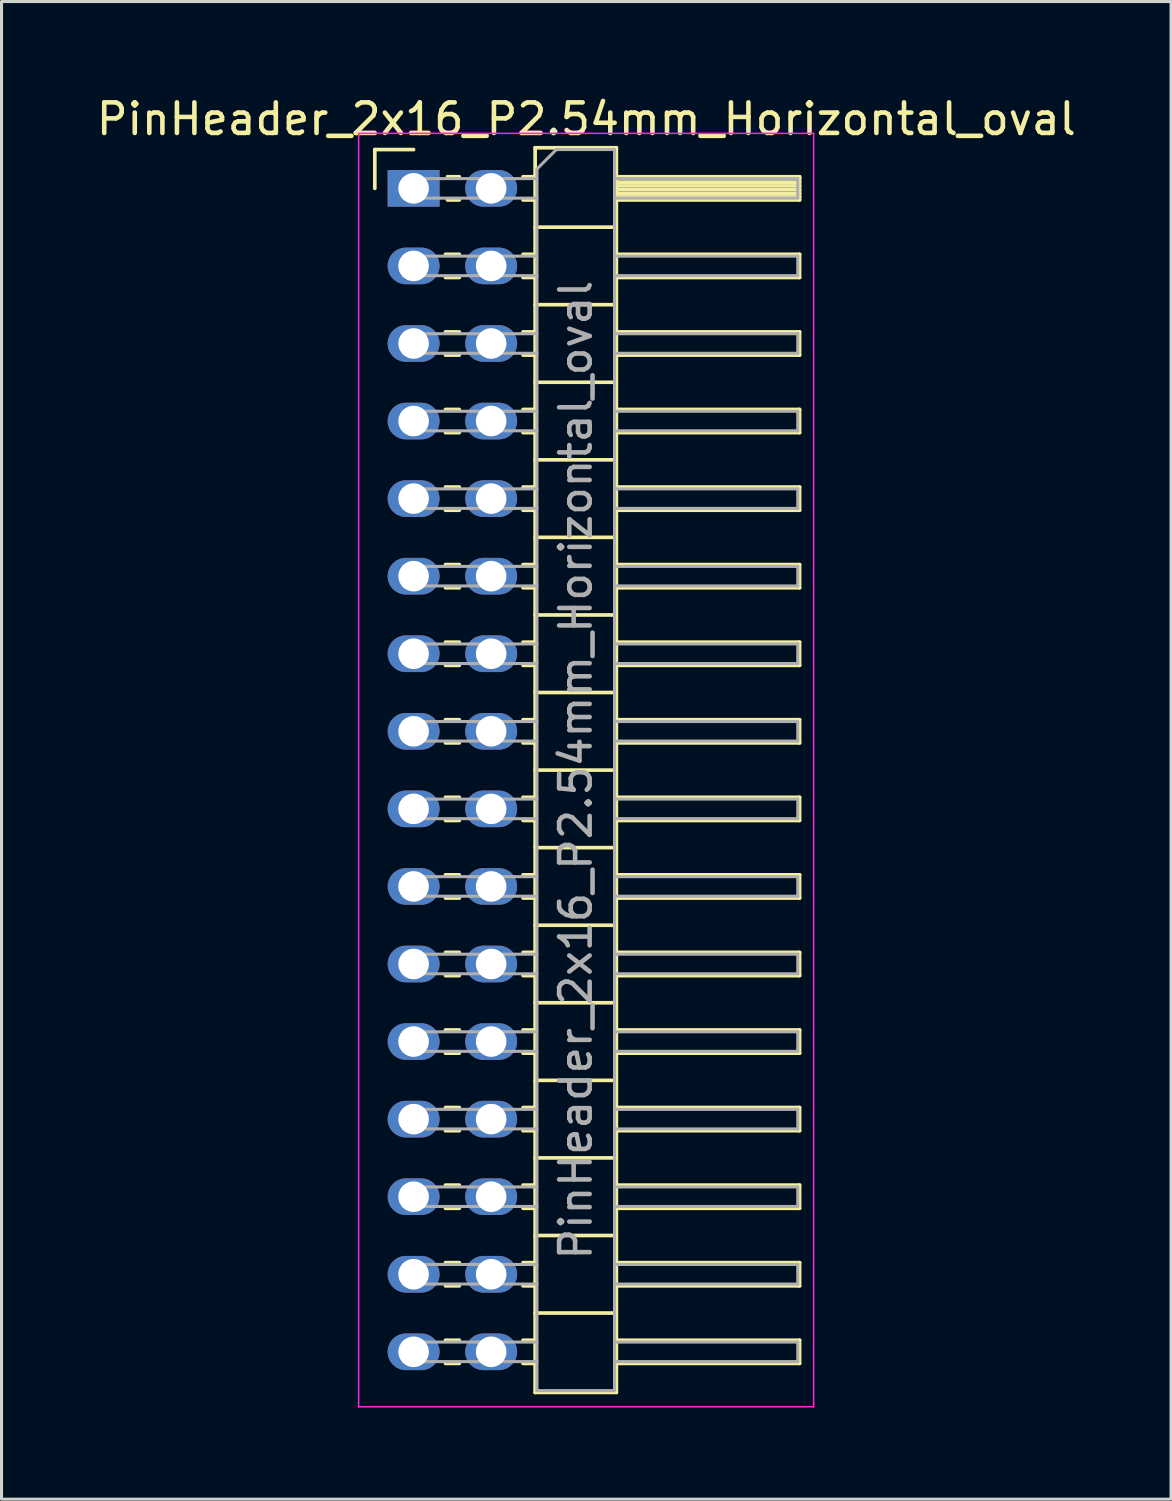
<source format=kicad_pcb>
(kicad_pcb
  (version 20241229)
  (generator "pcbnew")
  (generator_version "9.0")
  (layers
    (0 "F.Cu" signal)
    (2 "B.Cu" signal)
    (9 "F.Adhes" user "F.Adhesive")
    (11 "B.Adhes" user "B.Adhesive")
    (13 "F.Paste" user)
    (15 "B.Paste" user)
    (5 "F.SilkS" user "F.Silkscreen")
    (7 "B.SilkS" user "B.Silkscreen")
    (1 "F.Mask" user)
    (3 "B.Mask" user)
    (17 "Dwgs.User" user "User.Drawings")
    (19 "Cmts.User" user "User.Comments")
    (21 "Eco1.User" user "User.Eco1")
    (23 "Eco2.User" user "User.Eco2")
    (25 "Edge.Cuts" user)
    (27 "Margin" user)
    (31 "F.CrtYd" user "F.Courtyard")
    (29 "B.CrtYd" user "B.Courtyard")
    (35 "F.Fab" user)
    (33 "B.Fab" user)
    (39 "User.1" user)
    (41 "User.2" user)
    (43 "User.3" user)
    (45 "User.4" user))
  (footprint "PinHeader_2x16_P2.54mm_Horizontal_oval"
    (layer "F.Cu")
    (at 10.494 3.118)
    (property "Reference" "PinHeader_2x16_P2.54mm_Horizontal_oval" (at 5.655 -2.27 0) (layer "F.SilkS") (effects (font (size 1 1) (thickness 0.15))))
    (attr through_hole)
    (fp_line (start -1.27 -1.27) (end 0 -1.27) (stroke (width 0.12) (type solid)) (layer "F.SilkS"))
    (fp_line (start -1.27 0) (end -1.27 -1.27) (stroke (width 0.12) (type solid)) (layer "F.SilkS"))
    (fp_line (start 1.043 2.16) (end 1.497 2.16) (stroke (width 0.12) (type solid)) (layer "F.SilkS"))
    (fp_line (start 1.043 2.92) (end 1.497 2.92) (stroke (width 0.12) (type solid)) (layer "F.SilkS"))
    (fp_line (start 1.043 4.7) (end 1.497 4.7) (stroke (width 0.12) (type solid)) (layer "F.SilkS"))
    (fp_line (start 1.043 5.46) (end 1.497 5.46) (stroke (width 0.12) (type solid)) (layer "F.SilkS"))
    (fp_line (start 1.043 7.24) (end 1.497 7.24) (stroke (width 0.12) (type solid)) (layer "F.SilkS"))
    (fp_line (start 1.043 8) (end 1.497 8) (stroke (width 0.12) (type solid)) (layer "F.SilkS"))
    (fp_line (start 1.043 9.78) (end 1.497 9.78) (stroke (width 0.12) (type solid)) (layer "F.SilkS"))
    (fp_line (start 1.043 10.54) (end 1.497 10.54) (stroke (width 0.12) (type solid)) (layer "F.SilkS"))
    (fp_line (start 1.043 12.32) (end 1.497 12.32) (stroke (width 0.12) (type solid)) (layer "F.SilkS"))
    (fp_line (start 1.043 13.08) (end 1.497 13.08) (stroke (width 0.12) (type solid)) (layer "F.SilkS"))
    (fp_line (start 1.043 14.86) (end 1.497 14.86) (stroke (width 0.12) (type solid)) (layer "F.SilkS"))
    (fp_line (start 1.043 15.62) (end 1.497 15.62) (stroke (width 0.12) (type solid)) (layer "F.SilkS"))
    (fp_line (start 1.043 17.4) (end 1.497 17.4) (stroke (width 0.12) (type solid)) (layer "F.SilkS"))
    (fp_line (start 1.043 18.16) (end 1.497 18.16) (stroke (width 0.12) (type solid)) (layer "F.SilkS"))
    (fp_line (start 1.043 19.94) (end 1.497 19.94) (stroke (width 0.12) (type solid)) (layer "F.SilkS"))
    (fp_line (start 1.043 20.7) (end 1.497 20.7) (stroke (width 0.12) (type solid)) (layer "F.SilkS"))
    (fp_line (start 1.043 22.48) (end 1.497 22.48) (stroke (width 0.12) (type solid)) (layer "F.SilkS"))
    (fp_line (start 1.043 23.24) (end 1.497 23.24) (stroke (width 0.12) (type solid)) (layer "F.SilkS"))
    (fp_line (start 1.043 25.02) (end 1.497 25.02) (stroke (width 0.12) (type solid)) (layer "F.SilkS"))
    (fp_line (start 1.043 25.78) (end 1.497 25.78) (stroke (width 0.12) (type solid)) (layer "F.SilkS"))
    (fp_line (start 1.043 27.56) (end 1.497 27.56) (stroke (width 0.12) (type solid)) (layer "F.SilkS"))
    (fp_line (start 1.043 28.32) (end 1.497 28.32) (stroke (width 0.12) (type solid)) (layer "F.SilkS"))
    (fp_line (start 1.043 30.1) (end 1.497 30.1) (stroke (width 0.12) (type solid)) (layer "F.SilkS"))
    (fp_line (start 1.043 30.86) (end 1.497 30.86) (stroke (width 0.12) (type solid)) (layer "F.SilkS"))
    (fp_line (start 1.043 32.64) (end 1.497 32.64) (stroke (width 0.12) (type solid)) (layer "F.SilkS"))
    (fp_line (start 1.043 33.4) (end 1.497 33.4) (stroke (width 0.12) (type solid)) (layer "F.SilkS"))
    (fp_line (start 1.043 35.18) (end 1.497 35.18) (stroke (width 0.12) (type solid)) (layer "F.SilkS"))
    (fp_line (start 1.043 35.94) (end 1.497 35.94) (stroke (width 0.12) (type solid)) (layer "F.SilkS"))
    (fp_line (start 1.043 37.72) (end 1.497 37.72) (stroke (width 0.12) (type solid)) (layer "F.SilkS"))
    (fp_line (start 1.043 38.48) (end 1.497 38.48) (stroke (width 0.12) (type solid)) (layer "F.SilkS"))
    (fp_line (start 1.11 -0.38) (end 1.497 -0.38) (stroke (width 0.12) (type solid)) (layer "F.SilkS"))
    (fp_line (start 1.11 0.38) (end 1.497 0.38) (stroke (width 0.12) (type solid)) (layer "F.SilkS"))
    (fp_line (start 3.583 -0.38) (end 3.98 -0.38) (stroke (width 0.12) (type solid)) (layer "F.SilkS"))
    (fp_line (start 3.583 0.38) (end 3.98 0.38) (stroke (width 0.12) (type solid)) (layer "F.SilkS"))
    (fp_line (start 3.583 2.16) (end 3.98 2.16) (stroke (width 0.12) (type solid)) (layer "F.SilkS"))
    (fp_line (start 3.583 2.92) (end 3.98 2.92) (stroke (width 0.12) (type solid)) (layer "F.SilkS"))
    (fp_line (start 3.583 4.7) (end 3.98 4.7) (stroke (width 0.12) (type solid)) (layer "F.SilkS"))
    (fp_line (start 3.583 5.46) (end 3.98 5.46) (stroke (width 0.12) (type solid)) (layer "F.SilkS"))
    (fp_line (start 3.583 7.24) (end 3.98 7.24) (stroke (width 0.12) (type solid)) (layer "F.SilkS"))
    (fp_line (start 3.583 8) (end 3.98 8) (stroke (width 0.12) (type solid)) (layer "F.SilkS"))
    (fp_line (start 3.583 9.78) (end 3.98 9.78) (stroke (width 0.12) (type solid)) (layer "F.SilkS"))
    (fp_line (start 3.583 10.54) (end 3.98 10.54) (stroke (width 0.12) (type solid)) (layer "F.SilkS"))
    (fp_line (start 3.583 12.32) (end 3.98 12.32) (stroke (width 0.12) (type solid)) (layer "F.SilkS"))
    (fp_line (start 3.583 13.08) (end 3.98 13.08) (stroke (width 0.12) (type solid)) (layer "F.SilkS"))
    (fp_line (start 3.583 14.86) (end 3.98 14.86) (stroke (width 0.12) (type solid)) (layer "F.SilkS"))
    (fp_line (start 3.583 15.62) (end 3.98 15.62) (stroke (width 0.12) (type solid)) (layer "F.SilkS"))
    (fp_line (start 3.583 17.4) (end 3.98 17.4) (stroke (width 0.12) (type solid)) (layer "F.SilkS"))
    (fp_line (start 3.583 18.16) (end 3.98 18.16) (stroke (width 0.12) (type solid)) (layer "F.SilkS"))
    (fp_line (start 3.583 19.94) (end 3.98 19.94) (stroke (width 0.12) (type solid)) (layer "F.SilkS"))
    (fp_line (start 3.583 20.7) (end 3.98 20.7) (stroke (width 0.12) (type solid)) (layer "F.SilkS"))
    (fp_line (start 3.583 22.48) (end 3.98 22.48) (stroke (width 0.12) (type solid)) (layer "F.SilkS"))
    (fp_line (start 3.583 23.24) (end 3.98 23.24) (stroke (width 0.12) (type solid)) (layer "F.SilkS"))
    (fp_line (start 3.583 25.02) (end 3.98 25.02) (stroke (width 0.12) (type solid)) (layer "F.SilkS"))
    (fp_line (start 3.583 25.78) (end 3.98 25.78) (stroke (width 0.12) (type solid)) (layer "F.SilkS"))
    (fp_line (start 3.583 27.56) (end 3.98 27.56) (stroke (width 0.12) (type solid)) (layer "F.SilkS"))
    (fp_line (start 3.583 28.32) (end 3.98 28.32) (stroke (width 0.12) (type solid)) (layer "F.SilkS"))
    (fp_line (start 3.583 30.1) (end 3.98 30.1) (stroke (width 0.12) (type solid)) (layer "F.SilkS"))
    (fp_line (start 3.583 30.86) (end 3.98 30.86) (stroke (width 0.12) (type solid)) (layer "F.SilkS"))
    (fp_line (start 3.583 32.64) (end 3.98 32.64) (stroke (width 0.12) (type solid)) (layer "F.SilkS"))
    (fp_line (start 3.583 33.4) (end 3.98 33.4) (stroke (width 0.12) (type solid)) (layer "F.SilkS"))
    (fp_line (start 3.583 35.18) (end 3.98 35.18) (stroke (width 0.12) (type solid)) (layer "F.SilkS"))
    (fp_line (start 3.583 35.94) (end 3.98 35.94) (stroke (width 0.12) (type solid)) (layer "F.SilkS"))
    (fp_line (start 3.583 37.72) (end 3.98 37.72) (stroke (width 0.12) (type solid)) (layer "F.SilkS"))
    (fp_line (start 3.583 38.48) (end 3.98 38.48) (stroke (width 0.12) (type solid)) (layer "F.SilkS"))
    (fp_line (start 3.98 -1.33) (end 3.98 39.43) (stroke (width 0.12) (type solid)) (layer "F.SilkS"))
    (fp_line (start 3.98 1.27) (end 6.64 1.27) (stroke (width 0.12) (type solid)) (layer "F.SilkS"))
    (fp_line (start 3.98 3.81) (end 6.64 3.81) (stroke (width 0.12) (type solid)) (layer "F.SilkS"))
    (fp_line (start 3.98 6.35) (end 6.64 6.35) (stroke (width 0.12) (type solid)) (layer "F.SilkS"))
    (fp_line (start 3.98 8.89) (end 6.64 8.89) (stroke (width 0.12) (type solid)) (layer "F.SilkS"))
    (fp_line (start 3.98 11.43) (end 6.64 11.43) (stroke (width 0.12) (type solid)) (layer "F.SilkS"))
    (fp_line (start 3.98 13.97) (end 6.64 13.97) (stroke (width 0.12) (type solid)) (layer "F.SilkS"))
    (fp_line (start 3.98 16.51) (end 6.64 16.51) (stroke (width 0.12) (type solid)) (layer "F.SilkS"))
    (fp_line (start 3.98 19.05) (end 6.64 19.05) (stroke (width 0.12) (type solid)) (layer "F.SilkS"))
    (fp_line (start 3.98 21.59) (end 6.64 21.59) (stroke (width 0.12) (type solid)) (layer "F.SilkS"))
    (fp_line (start 3.98 24.13) (end 6.64 24.13) (stroke (width 0.12) (type solid)) (layer "F.SilkS"))
    (fp_line (start 3.98 26.67) (end 6.64 26.67) (stroke (width 0.12) (type solid)) (layer "F.SilkS"))
    (fp_line (start 3.98 29.21) (end 6.64 29.21) (stroke (width 0.12) (type solid)) (layer "F.SilkS"))
    (fp_line (start 3.98 31.75) (end 6.64 31.75) (stroke (width 0.12) (type solid)) (layer "F.SilkS"))
    (fp_line (start 3.98 34.29) (end 6.64 34.29) (stroke (width 0.12) (type solid)) (layer "F.SilkS"))
    (fp_line (start 3.98 36.83) (end 6.64 36.83) (stroke (width 0.12) (type solid)) (layer "F.SilkS"))
    (fp_line (start 3.98 39.43) (end 6.64 39.43) (stroke (width 0.12) (type solid)) (layer "F.SilkS"))
    (fp_line (start 6.64 -1.33) (end 3.98 -1.33) (stroke (width 0.12) (type solid)) (layer "F.SilkS"))
    (fp_line (start 6.64 -0.38) (end 12.64 -0.38) (stroke (width 0.12) (type solid)) (layer "F.SilkS"))
    (fp_line (start 6.64 -0.32) (end 12.64 -0.32) (stroke (width 0.12) (type solid)) (layer "F.SilkS"))
    (fp_line (start 6.64 -0.2) (end 12.64 -0.2) (stroke (width 0.12) (type solid)) (layer "F.SilkS"))
    (fp_line (start 6.64 -0.08) (end 12.64 -0.08) (stroke (width 0.12) (type solid)) (layer "F.SilkS"))
    (fp_line (start 6.64 0.04) (end 12.64 0.04) (stroke (width 0.12) (type solid)) (layer "F.SilkS"))
    (fp_line (start 6.64 0.16) (end 12.64 0.16) (stroke (width 0.12) (type solid)) (layer "F.SilkS"))
    (fp_line (start 6.64 0.28) (end 12.64 0.28) (stroke (width 0.12) (type solid)) (layer "F.SilkS"))
    (fp_line (start 6.64 2.16) (end 12.64 2.16) (stroke (width 0.12) (type solid)) (layer "F.SilkS"))
    (fp_line (start 6.64 4.7) (end 12.64 4.7) (stroke (width 0.12) (type solid)) (layer "F.SilkS"))
    (fp_line (start 6.64 7.24) (end 12.64 7.24) (stroke (width 0.12) (type solid)) (layer "F.SilkS"))
    (fp_line (start 6.64 9.78) (end 12.64 9.78) (stroke (width 0.12) (type solid)) (layer "F.SilkS"))
    (fp_line (start 6.64 12.32) (end 12.64 12.32) (stroke (width 0.12) (type solid)) (layer "F.SilkS"))
    (fp_line (start 6.64 14.86) (end 12.64 14.86) (stroke (width 0.12) (type solid)) (layer "F.SilkS"))
    (fp_line (start 6.64 17.4) (end 12.64 17.4) (stroke (width 0.12) (type solid)) (layer "F.SilkS"))
    (fp_line (start 6.64 19.94) (end 12.64 19.94) (stroke (width 0.12) (type solid)) (layer "F.SilkS"))
    (fp_line (start 6.64 22.48) (end 12.64 22.48) (stroke (width 0.12) (type solid)) (layer "F.SilkS"))
    (fp_line (start 6.64 25.02) (end 12.64 25.02) (stroke (width 0.12) (type solid)) (layer "F.SilkS"))
    (fp_line (start 6.64 27.56) (end 12.64 27.56) (stroke (width 0.12) (type solid)) (layer "F.SilkS"))
    (fp_line (start 6.64 30.1) (end 12.64 30.1) (stroke (width 0.12) (type solid)) (layer "F.SilkS"))
    (fp_line (start 6.64 32.64) (end 12.64 32.64) (stroke (width 0.12) (type solid)) (layer "F.SilkS"))
    (fp_line (start 6.64 35.18) (end 12.64 35.18) (stroke (width 0.12) (type solid)) (layer "F.SilkS"))
    (fp_line (start 6.64 37.72) (end 12.64 37.72) (stroke (width 0.12) (type solid)) (layer "F.SilkS"))
    (fp_line (start 6.64 39.43) (end 6.64 -1.33) (stroke (width 0.12) (type solid)) (layer "F.SilkS"))
    (fp_line (start 12.64 -0.38) (end 12.64 0.38) (stroke (width 0.12) (type solid)) (layer "F.SilkS"))
    (fp_line (start 12.64 0.38) (end 6.64 0.38) (stroke (width 0.12) (type solid)) (layer "F.SilkS"))
    (fp_line (start 12.64 2.16) (end 12.64 2.92) (stroke (width 0.12) (type solid)) (layer "F.SilkS"))
    (fp_line (start 12.64 2.92) (end 6.64 2.92) (stroke (width 0.12) (type solid)) (layer "F.SilkS"))
    (fp_line (start 12.64 4.7) (end 12.64 5.46) (stroke (width 0.12) (type solid)) (layer "F.SilkS"))
    (fp_line (start 12.64 5.46) (end 6.64 5.46) (stroke (width 0.12) (type solid)) (layer "F.SilkS"))
    (fp_line (start 12.64 7.24) (end 12.64 8) (stroke (width 0.12) (type solid)) (layer "F.SilkS"))
    (fp_line (start 12.64 8) (end 6.64 8) (stroke (width 0.12) (type solid)) (layer "F.SilkS"))
    (fp_line (start 12.64 9.78) (end 12.64 10.54) (stroke (width 0.12) (type solid)) (layer "F.SilkS"))
    (fp_line (start 12.64 10.54) (end 6.64 10.54) (stroke (width 0.12) (type solid)) (layer "F.SilkS"))
    (fp_line (start 12.64 12.32) (end 12.64 13.08) (stroke (width 0.12) (type solid)) (layer "F.SilkS"))
    (fp_line (start 12.64 13.08) (end 6.64 13.08) (stroke (width 0.12) (type solid)) (layer "F.SilkS"))
    (fp_line (start 12.64 14.86) (end 12.64 15.62) (stroke (width 0.12) (type solid)) (layer "F.SilkS"))
    (fp_line (start 12.64 15.62) (end 6.64 15.62) (stroke (width 0.12) (type solid)) (layer "F.SilkS"))
    (fp_line (start 12.64 17.4) (end 12.64 18.16) (stroke (width 0.12) (type solid)) (layer "F.SilkS"))
    (fp_line (start 12.64 18.16) (end 6.64 18.16) (stroke (width 0.12) (type solid)) (layer "F.SilkS"))
    (fp_line (start 12.64 19.94) (end 12.64 20.7) (stroke (width 0.12) (type solid)) (layer "F.SilkS"))
    (fp_line (start 12.64 20.7) (end 6.64 20.7) (stroke (width 0.12) (type solid)) (layer "F.SilkS"))
    (fp_line (start 12.64 22.48) (end 12.64 23.24) (stroke (width 0.12) (type solid)) (layer "F.SilkS"))
    (fp_line (start 12.64 23.24) (end 6.64 23.24) (stroke (width 0.12) (type solid)) (layer "F.SilkS"))
    (fp_line (start 12.64 25.02) (end 12.64 25.78) (stroke (width 0.12) (type solid)) (layer "F.SilkS"))
    (fp_line (start 12.64 25.78) (end 6.64 25.78) (stroke (width 0.12) (type solid)) (layer "F.SilkS"))
    (fp_line (start 12.64 27.56) (end 12.64 28.32) (stroke (width 0.12) (type solid)) (layer "F.SilkS"))
    (fp_line (start 12.64 28.32) (end 6.64 28.32) (stroke (width 0.12) (type solid)) (layer "F.SilkS"))
    (fp_line (start 12.64 30.1) (end 12.64 30.86) (stroke (width 0.12) (type solid)) (layer "F.SilkS"))
    (fp_line (start 12.64 30.86) (end 6.64 30.86) (stroke (width 0.12) (type solid)) (layer "F.SilkS"))
    (fp_line (start 12.64 32.64) (end 12.64 33.4) (stroke (width 0.12) (type solid)) (layer "F.SilkS"))
    (fp_line (start 12.64 33.4) (end 6.64 33.4) (stroke (width 0.12) (type solid)) (layer "F.SilkS"))
    (fp_line (start 12.64 35.18) (end 12.64 35.94) (stroke (width 0.12) (type solid)) (layer "F.SilkS"))
    (fp_line (start 12.64 35.94) (end 6.64 35.94) (stroke (width 0.12) (type solid)) (layer "F.SilkS"))
    (fp_line (start 12.64 37.72) (end 12.64 38.48) (stroke (width 0.12) (type solid)) (layer "F.SilkS"))
    (fp_line (start 12.64 38.48) (end 6.64 38.48) (stroke (width 0.12) (type solid)) (layer "F.SilkS"))
    (fp_line (start -1.8 -1.8) (end -1.8 39.9) (stroke (width 0.05) (type solid)) (layer "F.CrtYd"))
    (fp_line (start -1.8 39.9) (end 13.1 39.9) (stroke (width 0.05) (type solid)) (layer "F.CrtYd"))
    (fp_line (start 13.1 -1.8) (end -1.8 -1.8) (stroke (width 0.05) (type solid)) (layer "F.CrtYd"))
    (fp_line (start 13.1 39.9) (end 13.1 -1.8) (stroke (width 0.05) (type solid)) (layer "F.CrtYd"))
    (fp_line (start -0.32 -0.32) (end -0.32 0.32) (stroke (width 0.1) (type solid)) (layer "F.Fab"))
    (fp_line (start -0.32 -0.32) (end 4.04 -0.32) (stroke (width 0.1) (type solid)) (layer "F.Fab"))
    (fp_line (start -0.32 0.32) (end 4.04 0.32) (stroke (width 0.1) (type solid)) (layer "F.Fab"))
    (fp_line (start -0.32 2.22) (end -0.32 2.86) (stroke (width 0.1) (type solid)) (layer "F.Fab"))
    (fp_line (start -0.32 2.22) (end 4.04 2.22) (stroke (width 0.1) (type solid)) (layer "F.Fab"))
    (fp_line (start -0.32 2.86) (end 4.04 2.86) (stroke (width 0.1) (type solid)) (layer "F.Fab"))
    (fp_line (start -0.32 4.76) (end -0.32 5.4) (stroke (width 0.1) (type solid)) (layer "F.Fab"))
    (fp_line (start -0.32 4.76) (end 4.04 4.76) (stroke (width 0.1) (type solid)) (layer "F.Fab"))
    (fp_line (start -0.32 5.4) (end 4.04 5.4) (stroke (width 0.1) (type solid)) (layer "F.Fab"))
    (fp_line (start -0.32 7.3) (end -0.32 7.94) (stroke (width 0.1) (type solid)) (layer "F.Fab"))
    (fp_line (start -0.32 7.3) (end 4.04 7.3) (stroke (width 0.1) (type solid)) (layer "F.Fab"))
    (fp_line (start -0.32 7.94) (end 4.04 7.94) (stroke (width 0.1) (type solid)) (layer "F.Fab"))
    (fp_line (start -0.32 9.84) (end -0.32 10.48) (stroke (width 0.1) (type solid)) (layer "F.Fab"))
    (fp_line (start -0.32 9.84) (end 4.04 9.84) (stroke (width 0.1) (type solid)) (layer "F.Fab"))
    (fp_line (start -0.32 10.48) (end 4.04 10.48) (stroke (width 0.1) (type solid)) (layer "F.Fab"))
    (fp_line (start -0.32 12.38) (end -0.32 13.02) (stroke (width 0.1) (type solid)) (layer "F.Fab"))
    (fp_line (start -0.32 12.38) (end 4.04 12.38) (stroke (width 0.1) (type solid)) (layer "F.Fab"))
    (fp_line (start -0.32 13.02) (end 4.04 13.02) (stroke (width 0.1) (type solid)) (layer "F.Fab"))
    (fp_line (start -0.32 14.92) (end -0.32 15.56) (stroke (width 0.1) (type solid)) (layer "F.Fab"))
    (fp_line (start -0.32 14.92) (end 4.04 14.92) (stroke (width 0.1) (type solid)) (layer "F.Fab"))
    (fp_line (start -0.32 15.56) (end 4.04 15.56) (stroke (width 0.1) (type solid)) (layer "F.Fab"))
    (fp_line (start -0.32 17.46) (end -0.32 18.1) (stroke (width 0.1) (type solid)) (layer "F.Fab"))
    (fp_line (start -0.32 17.46) (end 4.04 17.46) (stroke (width 0.1) (type solid)) (layer "F.Fab"))
    (fp_line (start -0.32 18.1) (end 4.04 18.1) (stroke (width 0.1) (type solid)) (layer "F.Fab"))
    (fp_line (start -0.32 20) (end -0.32 20.64) (stroke (width 0.1) (type solid)) (layer "F.Fab"))
    (fp_line (start -0.32 20) (end 4.04 20) (stroke (width 0.1) (type solid)) (layer "F.Fab"))
    (fp_line (start -0.32 20.64) (end 4.04 20.64) (stroke (width 0.1) (type solid)) (layer "F.Fab"))
    (fp_line (start -0.32 22.54) (end -0.32 23.18) (stroke (width 0.1) (type solid)) (layer "F.Fab"))
    (fp_line (start -0.32 22.54) (end 4.04 22.54) (stroke (width 0.1) (type solid)) (layer "F.Fab"))
    (fp_line (start -0.32 23.18) (end 4.04 23.18) (stroke (width 0.1) (type solid)) (layer "F.Fab"))
    (fp_line (start -0.32 25.08) (end -0.32 25.72) (stroke (width 0.1) (type solid)) (layer "F.Fab"))
    (fp_line (start -0.32 25.08) (end 4.04 25.08) (stroke (width 0.1) (type solid)) (layer "F.Fab"))
    (fp_line (start -0.32 25.72) (end 4.04 25.72) (stroke (width 0.1) (type solid)) (layer "F.Fab"))
    (fp_line (start -0.32 27.62) (end -0.32 28.26) (stroke (width 0.1) (type solid)) (layer "F.Fab"))
    (fp_line (start -0.32 27.62) (end 4.04 27.62) (stroke (width 0.1) (type solid)) (layer "F.Fab"))
    (fp_line (start -0.32 28.26) (end 4.04 28.26) (stroke (width 0.1) (type solid)) (layer "F.Fab"))
    (fp_line (start -0.32 30.16) (end -0.32 30.8) (stroke (width 0.1) (type solid)) (layer "F.Fab"))
    (fp_line (start -0.32 30.16) (end 4.04 30.16) (stroke (width 0.1) (type solid)) (layer "F.Fab"))
    (fp_line (start -0.32 30.8) (end 4.04 30.8) (stroke (width 0.1) (type solid)) (layer "F.Fab"))
    (fp_line (start -0.32 32.7) (end -0.32 33.34) (stroke (width 0.1) (type solid)) (layer "F.Fab"))
    (fp_line (start -0.32 32.7) (end 4.04 32.7) (stroke (width 0.1) (type solid)) (layer "F.Fab"))
    (fp_line (start -0.32 33.34) (end 4.04 33.34) (stroke (width 0.1) (type solid)) (layer "F.Fab"))
    (fp_line (start -0.32 35.24) (end -0.32 35.88) (stroke (width 0.1) (type solid)) (layer "F.Fab"))
    (fp_line (start -0.32 35.24) (end 4.04 35.24) (stroke (width 0.1) (type solid)) (layer "F.Fab"))
    (fp_line (start -0.32 35.88) (end 4.04 35.88) (stroke (width 0.1) (type solid)) (layer "F.Fab"))
    (fp_line (start -0.32 37.78) (end -0.32 38.42) (stroke (width 0.1) (type solid)) (layer "F.Fab"))
    (fp_line (start -0.32 37.78) (end 4.04 37.78) (stroke (width 0.1) (type solid)) (layer "F.Fab"))
    (fp_line (start -0.32 38.42) (end 4.04 38.42) (stroke (width 0.1) (type solid)) (layer "F.Fab"))
    (fp_line (start 4.04 -0.635) (end 4.675 -1.27) (stroke (width 0.1) (type solid)) (layer "F.Fab"))
    (fp_line (start 4.04 39.37) (end 4.04 -0.635) (stroke (width 0.1) (type solid)) (layer "F.Fab"))
    (fp_line (start 4.675 -1.27) (end 6.58 -1.27) (stroke (width 0.1) (type solid)) (layer "F.Fab"))
    (fp_line (start 6.58 -1.27) (end 6.58 39.37) (stroke (width 0.1) (type solid)) (layer "F.Fab"))
    (fp_line (start 6.58 -0.32) (end 12.58 -0.32) (stroke (width 0.1) (type solid)) (layer "F.Fab"))
    (fp_line (start 6.58 0.32) (end 12.58 0.32) (stroke (width 0.1) (type solid)) (layer "F.Fab"))
    (fp_line (start 6.58 2.22) (end 12.58 2.22) (stroke (width 0.1) (type solid)) (layer "F.Fab"))
    (fp_line (start 6.58 2.86) (end 12.58 2.86) (stroke (width 0.1) (type solid)) (layer "F.Fab"))
    (fp_line (start 6.58 4.76) (end 12.58 4.76) (stroke (width 0.1) (type solid)) (layer "F.Fab"))
    (fp_line (start 6.58 5.4) (end 12.58 5.4) (stroke (width 0.1) (type solid)) (layer "F.Fab"))
    (fp_line (start 6.58 7.3) (end 12.58 7.3) (stroke (width 0.1) (type solid)) (layer "F.Fab"))
    (fp_line (start 6.58 7.94) (end 12.58 7.94) (stroke (width 0.1) (type solid)) (layer "F.Fab"))
    (fp_line (start 6.58 9.84) (end 12.58 9.84) (stroke (width 0.1) (type solid)) (layer "F.Fab"))
    (fp_line (start 6.58 10.48) (end 12.58 10.48) (stroke (width 0.1) (type solid)) (layer "F.Fab"))
    (fp_line (start 6.58 12.38) (end 12.58 12.38) (stroke (width 0.1) (type solid)) (layer "F.Fab"))
    (fp_line (start 6.58 13.02) (end 12.58 13.02) (stroke (width 0.1) (type solid)) (layer "F.Fab"))
    (fp_line (start 6.58 14.92) (end 12.58 14.92) (stroke (width 0.1) (type solid)) (layer "F.Fab"))
    (fp_line (start 6.58 15.56) (end 12.58 15.56) (stroke (width 0.1) (type solid)) (layer "F.Fab"))
    (fp_line (start 6.58 17.46) (end 12.58 17.46) (stroke (width 0.1) (type solid)) (layer "F.Fab"))
    (fp_line (start 6.58 18.1) (end 12.58 18.1) (stroke (width 0.1) (type solid)) (layer "F.Fab"))
    (fp_line (start 6.58 20) (end 12.58 20) (stroke (width 0.1) (type solid)) (layer "F.Fab"))
    (fp_line (start 6.58 20.64) (end 12.58 20.64) (stroke (width 0.1) (type solid)) (layer "F.Fab"))
    (fp_line (start 6.58 22.54) (end 12.58 22.54) (stroke (width 0.1) (type solid)) (layer "F.Fab"))
    (fp_line (start 6.58 23.18) (end 12.58 23.18) (stroke (width 0.1) (type solid)) (layer "F.Fab"))
    (fp_line (start 6.58 25.08) (end 12.58 25.08) (stroke (width 0.1) (type solid)) (layer "F.Fab"))
    (fp_line (start 6.58 25.72) (end 12.58 25.72) (stroke (width 0.1) (type solid)) (layer "F.Fab"))
    (fp_line (start 6.58 27.62) (end 12.58 27.62) (stroke (width 0.1) (type solid)) (layer "F.Fab"))
    (fp_line (start 6.58 28.26) (end 12.58 28.26) (stroke (width 0.1) (type solid)) (layer "F.Fab"))
    (fp_line (start 6.58 30.16) (end 12.58 30.16) (stroke (width 0.1) (type solid)) (layer "F.Fab"))
    (fp_line (start 6.58 30.8) (end 12.58 30.8) (stroke (width 0.1) (type solid)) (layer "F.Fab"))
    (fp_line (start 6.58 32.7) (end 12.58 32.7) (stroke (width 0.1) (type solid)) (layer "F.Fab"))
    (fp_line (start 6.58 33.34) (end 12.58 33.34) (stroke (width 0.1) (type solid)) (layer "F.Fab"))
    (fp_line (start 6.58 35.24) (end 12.58 35.24) (stroke (width 0.1) (type solid)) (layer "F.Fab"))
    (fp_line (start 6.58 35.88) (end 12.58 35.88) (stroke (width 0.1) (type solid)) (layer "F.Fab"))
    (fp_line (start 6.58 37.78) (end 12.58 37.78) (stroke (width 0.1) (type solid)) (layer "F.Fab"))
    (fp_line (start 6.58 38.42) (end 12.58 38.42) (stroke (width 0.1) (type solid)) (layer "F.Fab"))
    (fp_line (start 6.58 39.37) (end 4.04 39.37) (stroke (width 0.1) (type solid)) (layer "F.Fab"))
    (fp_line (start 12.58 -0.32) (end 12.58 0.32) (stroke (width 0.1) (type solid)) (layer "F.Fab"))
    (fp_line (start 12.58 2.22) (end 12.58 2.86) (stroke (width 0.1) (type solid)) (layer "F.Fab"))
    (fp_line (start 12.58 4.76) (end 12.58 5.4) (stroke (width 0.1) (type solid)) (layer "F.Fab"))
    (fp_line (start 12.58 7.3) (end 12.58 7.94) (stroke (width 0.1) (type solid)) (layer "F.Fab"))
    (fp_line (start 12.58 9.84) (end 12.58 10.48) (stroke (width 0.1) (type solid)) (layer "F.Fab"))
    (fp_line (start 12.58 12.38) (end 12.58 13.02) (stroke (width 0.1) (type solid)) (layer "F.Fab"))
    (fp_line (start 12.58 14.92) (end 12.58 15.56) (stroke (width 0.1) (type solid)) (layer "F.Fab"))
    (fp_line (start 12.58 17.46) (end 12.58 18.1) (stroke (width 0.1) (type solid)) (layer "F.Fab"))
    (fp_line (start 12.58 20) (end 12.58 20.64) (stroke (width 0.1) (type solid)) (layer "F.Fab"))
    (fp_line (start 12.58 22.54) (end 12.58 23.18) (stroke (width 0.1) (type solid)) (layer "F.Fab"))
    (fp_line (start 12.58 25.08) (end 12.58 25.72) (stroke (width 0.1) (type solid)) (layer "F.Fab"))
    (fp_line (start 12.58 27.62) (end 12.58 28.26) (stroke (width 0.1) (type solid)) (layer "F.Fab"))
    (fp_line (start 12.58 30.16) (end 12.58 30.8) (stroke (width 0.1) (type solid)) (layer "F.Fab"))
    (fp_line (start 12.58 32.7) (end 12.58 33.34) (stroke (width 0.1) (type solid)) (layer "F.Fab"))
    (fp_line (start 12.58 35.24) (end 12.58 35.88) (stroke (width 0.1) (type solid)) (layer "F.Fab"))
    (fp_line (start 12.58 37.78) (end 12.58 38.42) (stroke (width 0.1) (type solid)) (layer "F.Fab"))
    (fp_text user "${REFERENCE}" (at 5.31 19.05 90) (layer "F.Fab") (effects (font (size 1 1) (thickness 0.15))))
    (pad "1" thru_hole rect (at 0 0) (size 1.7 1.2) (drill 1) (layers "*.Cu" "*.Mask"))
    (pad "2" thru_hole oval (at 2.54 0) (size 1.7 1.2) (drill 1) (layers "*.Cu" "*.Mask"))
    (pad "3" thru_hole oval (at 0 2.54) (size 1.7 1.2) (drill 1) (layers "*.Cu" "*.Mask"))
    (pad "4" thru_hole oval (at 2.54 2.54) (size 1.7 1.2) (drill 1) (layers "*.Cu" "*.Mask"))
    (pad "5" thru_hole oval (at 0 5.08) (size 1.7 1.2) (drill 1) (layers "*.Cu" "*.Mask"))
    (pad "6" thru_hole oval (at 2.54 5.08) (size 1.7 1.2) (drill 1) (layers "*.Cu" "*.Mask"))
    (pad "7" thru_hole oval (at 0 7.62) (size 1.7 1.2) (drill 1) (layers "*.Cu" "*.Mask"))
    (pad "8" thru_hole oval (at 2.54 7.62) (size 1.7 1.2) (drill 1) (layers "*.Cu" "*.Mask"))
    (pad "9" thru_hole oval (at 0 10.16) (size 1.7 1.2) (drill 1) (layers "*.Cu" "*.Mask"))
    (pad "10" thru_hole oval (at 2.54 10.16) (size 1.7 1.2) (drill 1) (layers "*.Cu" "*.Mask"))
    (pad "11" thru_hole oval (at 0 12.7) (size 1.7 1.2) (drill 1) (layers "*.Cu" "*.Mask"))
    (pad "12" thru_hole oval (at 2.54 12.7) (size 1.7 1.2) (drill 1) (layers "*.Cu" "*.Mask"))
    (pad "13" thru_hole oval (at 0 15.24) (size 1.7 1.2) (drill 1) (layers "*.Cu" "*.Mask"))
    (pad "14" thru_hole oval (at 2.54 15.24) (size 1.7 1.2) (drill 1) (layers "*.Cu" "*.Mask"))
    (pad "15" thru_hole oval (at 0 17.78) (size 1.7 1.2) (drill 1) (layers "*.Cu" "*.Mask"))
    (pad "16" thru_hole oval (at 2.54 17.78) (size 1.7 1.2) (drill 1) (layers "*.Cu" "*.Mask"))
    (pad "17" thru_hole oval (at 0 20.32) (size 1.7 1.2) (drill 1) (layers "*.Cu" "*.Mask"))
    (pad "18" thru_hole oval (at 2.54 20.32) (size 1.7 1.2) (drill 1) (layers "*.Cu" "*.Mask"))
    (pad "19" thru_hole oval (at 0 22.86) (size 1.7 1.2) (drill 1) (layers "*.Cu" "*.Mask"))
    (pad "20" thru_hole oval (at 2.54 22.86) (size 1.7 1.2) (drill 1) (layers "*.Cu" "*.Mask"))
    (pad "21" thru_hole oval (at 0 25.4) (size 1.7 1.2) (drill 1) (layers "*.Cu" "*.Mask"))
    (pad "22" thru_hole oval (at 2.54 25.4) (size 1.7 1.2) (drill 1) (layers "*.Cu" "*.Mask"))
    (pad "23" thru_hole oval (at 0 27.94) (size 1.7 1.2) (drill 1) (layers "*.Cu" "*.Mask"))
    (pad "24" thru_hole oval (at 2.54 27.94) (size 1.7 1.2) (drill 1) (layers "*.Cu" "*.Mask"))
    (pad "25" thru_hole oval (at 0 30.48) (size 1.7 1.2) (drill 1) (layers "*.Cu" "*.Mask"))
    (pad "26" thru_hole oval (at 2.54 30.48) (size 1.7 1.2) (drill 1) (layers "*.Cu" "*.Mask"))
    (pad "27" thru_hole oval (at 0 33.02) (size 1.7 1.2) (drill 1) (layers "*.Cu" "*.Mask"))
    (pad "28" thru_hole oval (at 2.54 33.02) (size 1.7 1.2) (drill 1) (layers "*.Cu" "*.Mask"))
    (pad "29" thru_hole oval (at 0 35.56) (size 1.7 1.2) (drill 1) (layers "*.Cu" "*.Mask"))
    (pad "30" thru_hole oval (at 2.54 35.56) (size 1.7 1.2) (drill 1) (layers "*.Cu" "*.Mask"))
    (pad "31" thru_hole oval (at 0 38.1) (size 1.7 1.2) (drill 1) (layers "*.Cu" "*.Mask"))
    (pad "32" thru_hole oval (at 2.54 38.1) (size 1.7 1.2) (drill 1) (layers "*.Cu" "*.Mask")))
  (gr_rect
    (start -3 -3)
    (end 35.298 46.043)
    (stroke (width 0.1) (type default))
    (fill no)
    (layer "Edge.Cuts")))
</source>
